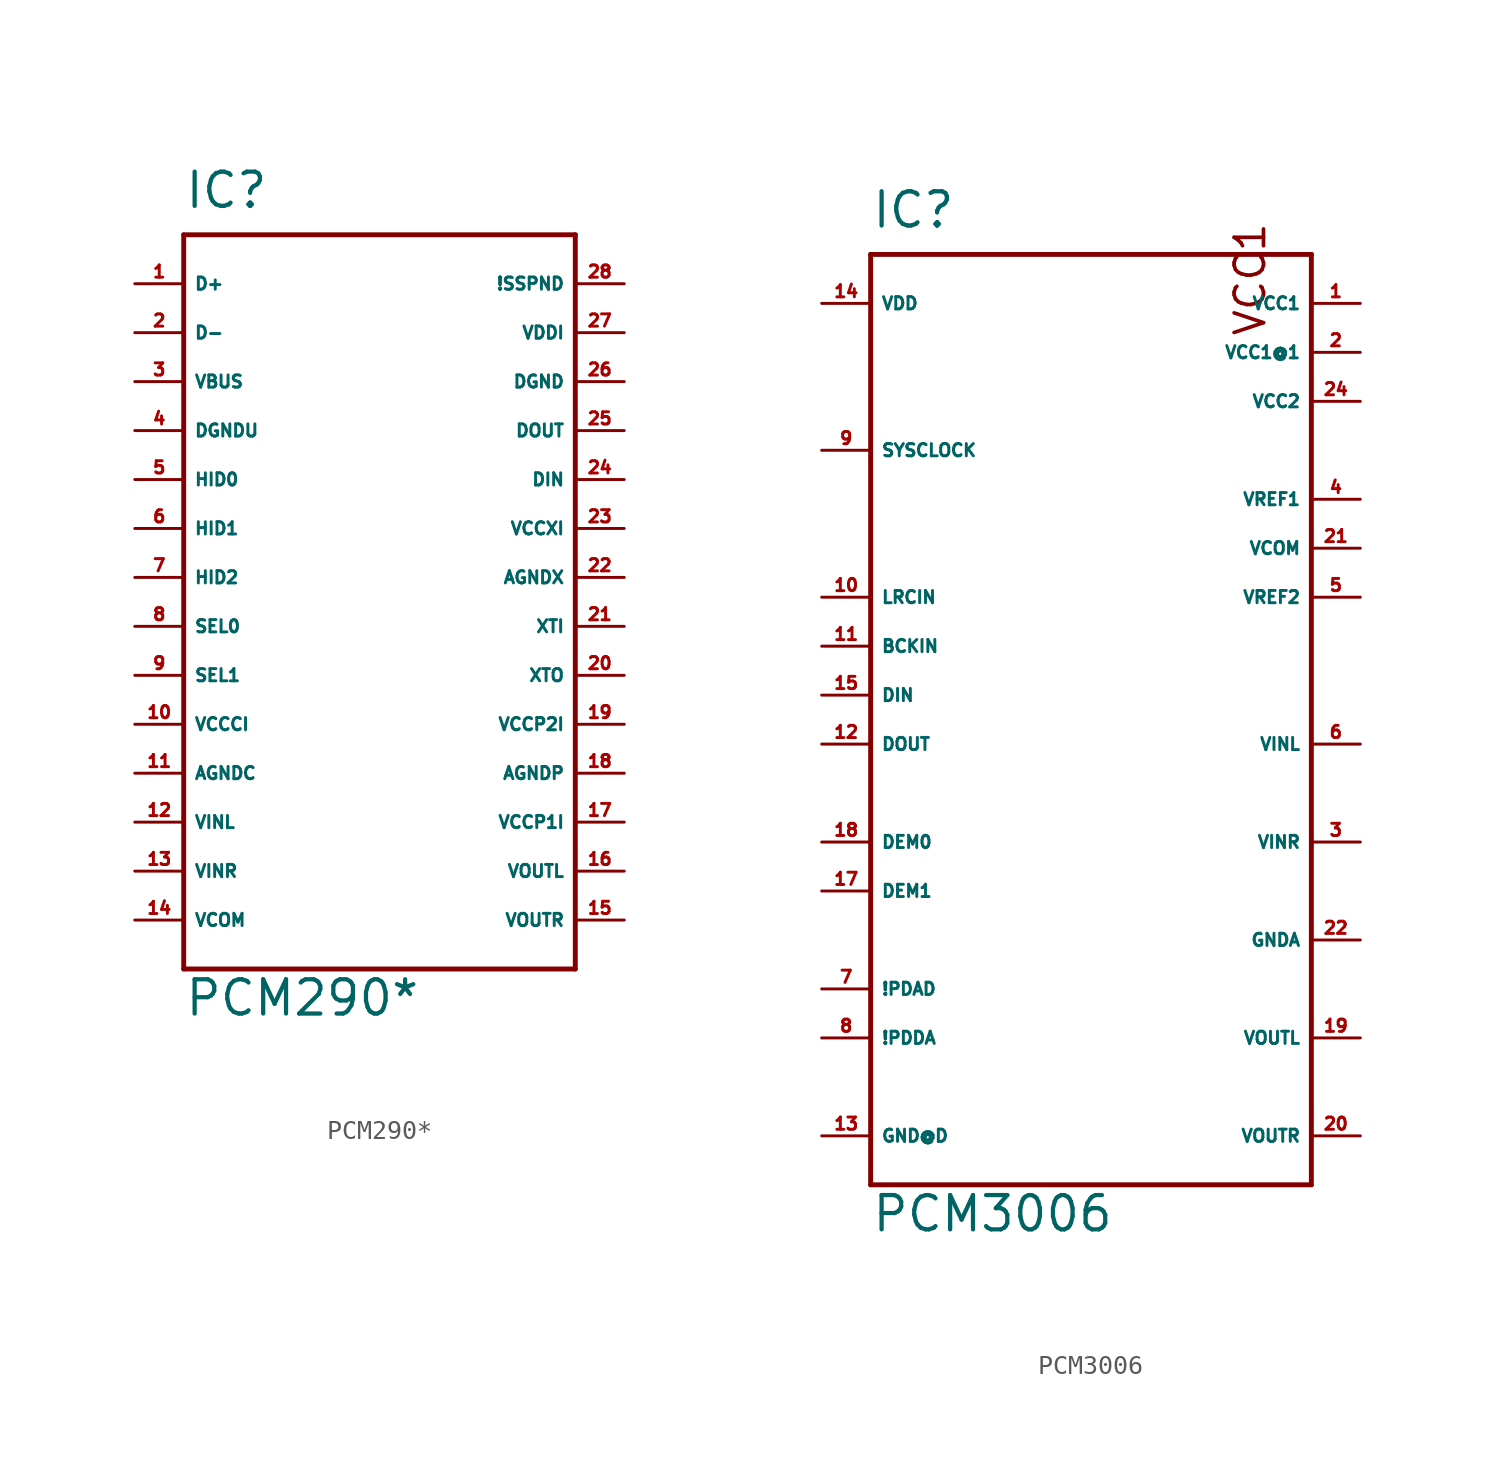
<source format=kicad_sym>
(kicad_symbol_lib
  (version 20220914)
  (generator Eagle2Kicad)
  (symbol "PCM290*"
    (property "Reference" "IC"
      (at -10.16 16.51 0)
      (effects (font (size 1.778 1.778) (thickness 0.22)) (justify left bottom)))
    (property "Value" "PCM290*"
      (at -10.16 -25.4 0)
      (effects (font (size 1.778 1.778) (thickness 0.22)) (justify left bottom)))
    (polyline
      (pts (xy -10.16 15.24) (xy 10.16 15.24))
      (stroke (width 0.254) (type default))
      (fill (type none)))
    (polyline
      (pts (xy 10.16 15.24) (xy 10.16 -22.86))
      (stroke (width 0.254) (type default))
      (fill (type none)))
    (polyline
      (pts (xy 10.16 -22.86) (xy -10.16 -22.86))
      (stroke (width 0.254) (type default))
      (fill (type none)))
    (polyline
      (pts (xy -10.16 -22.86) (xy -10.16 15.24))
      (stroke (width 0.254) (type default))
      (fill (type none)))
    (pin bidirectional line
      (at -12.7 12.7 0)
      (length 2.54)
      (name "D+" (effects (font (size 0.635 0.635) (thickness 0.08)) (justify left bottom)))
      (number "1" (effects (font (size 0.635 0.635) (thickness 0.08)) (justify left bottom))))
    (pin bidirectional line
      (at -12.7 10.16 0)
      (length 2.54)
      (name "D-" (effects (font (size 0.635 0.635) (thickness 0.08)) (justify left bottom)))
      (number "2" (effects (font (size 0.635 0.635) (thickness 0.08)) (justify left bottom))))
    (pin unspecified line
      (at -12.7 7.62 0)
      (length 2.54)
      (name "VBUS" (effects (font (size 0.635 0.635) (thickness 0.08)) (justify left bottom)))
      (number "3" (effects (font (size 0.635 0.635) (thickness 0.08)) (justify left bottom))))
    (pin unspecified line
      (at -12.7 5.08 0)
      (length 2.54)
      (name "DGNDU" (effects (font (size 0.635 0.635) (thickness 0.08)) (justify left bottom)))
      (number "4" (effects (font (size 0.635 0.635) (thickness 0.08)) (justify left bottom))))
    (pin input line
      (at -12.7 2.54 0)
      (length 2.54)
      (name "HID0" (effects (font (size 0.635 0.635) (thickness 0.08)) (justify left bottom)))
      (number "5" (effects (font (size 0.635 0.635) (thickness 0.08)) (justify left bottom))))
    (pin input line
      (at -12.7 0 0)
      (length 2.54)
      (name "HID1" (effects (font (size 0.635 0.635) (thickness 0.08)) (justify left bottom)))
      (number "6" (effects (font (size 0.635 0.635) (thickness 0.08)) (justify left bottom))))
    (pin input line
      (at -12.7 -2.54 0)
      (length 2.54)
      (name "HID2" (effects (font (size 0.635 0.635) (thickness 0.08)) (justify left bottom)))
      (number "7" (effects (font (size 0.635 0.635) (thickness 0.08)) (justify left bottom))))
    (pin input line
      (at -12.7 -5.08 0)
      (length 2.54)
      (name "SEL0" (effects (font (size 0.635 0.635) (thickness 0.08)) (justify left bottom)))
      (number "8" (effects (font (size 0.635 0.635) (thickness 0.08)) (justify left bottom))))
    (pin input line
      (at -12.7 -7.62 0)
      (length 2.54)
      (name "SEL1" (effects (font (size 0.635 0.635) (thickness 0.08)) (justify left bottom)))
      (number "9" (effects (font (size 0.635 0.635) (thickness 0.08)) (justify left bottom))))
    (pin unspecified line
      (at -12.7 -10.16 0)
      (length 2.54)
      (name "VCCCI" (effects (font (size 0.635 0.635) (thickness 0.08)) (justify left bottom)))
      (number "10" (effects (font (size 0.635 0.635) (thickness 0.08)) (justify left bottom))))
    (pin unspecified line
      (at -12.7 -12.7 0)
      (length 2.54)
      (name "AGNDC" (effects (font (size 0.635 0.635) (thickness 0.08)) (justify left bottom)))
      (number "11" (effects (font (size 0.635 0.635) (thickness 0.08)) (justify left bottom))))
    (pin input line
      (at -12.7 -15.24 0)
      (length 2.54)
      (name "VINL" (effects (font (size 0.635 0.635) (thickness 0.08)) (justify left bottom)))
      (number "12" (effects (font (size 0.635 0.635) (thickness 0.08)) (justify left bottom))))
    (pin input line
      (at -12.7 -17.78 0)
      (length 2.54)
      (name "VINR" (effects (font (size 0.635 0.635) (thickness 0.08)) (justify left bottom)))
      (number "13" (effects (font (size 0.635 0.635) (thickness 0.08)) (justify left bottom))))
    (pin unspecified line
      (at -12.7 -20.32 0)
      (length 2.54)
      (name "VCOM" (effects (font (size 0.635 0.635) (thickness 0.08)) (justify left bottom)))
      (number "14" (effects (font (size 0.635 0.635) (thickness 0.08)) (justify left bottom))))
    (pin output line
      (at 12.7 -20.32 180)
      (length 2.54)
      (name "VOUTR" (effects (font (size 0.635 0.635) (thickness 0.08)) (justify left bottom)))
      (number "15" (effects (font (size 0.635 0.635) (thickness 0.08)) (justify left bottom))))
    (pin output line
      (at 12.7 -17.78 180)
      (length 2.54)
      (name "VOUTL" (effects (font (size 0.635 0.635) (thickness 0.08)) (justify left bottom)))
      (number "16" (effects (font (size 0.635 0.635) (thickness 0.08)) (justify left bottom))))
    (pin input line
      (at 12.7 -15.24 180)
      (length 2.54)
      (name "VCCP1I" (effects (font (size 0.635 0.635) (thickness 0.08)) (justify left bottom)))
      (number "17" (effects (font (size 0.635 0.635) (thickness 0.08)) (justify left bottom))))
    (pin unspecified line
      (at 12.7 -12.7 180)
      (length 2.54)
      (name "AGNDP" (effects (font (size 0.635 0.635) (thickness 0.08)) (justify left bottom)))
      (number "18" (effects (font (size 0.635 0.635) (thickness 0.08)) (justify left bottom))))
    (pin unspecified line
      (at 12.7 -10.16 180)
      (length 2.54)
      (name "VCCP2I" (effects (font (size 0.635 0.635) (thickness 0.08)) (justify left bottom)))
      (number "19" (effects (font (size 0.635 0.635) (thickness 0.08)) (justify left bottom))))
    (pin output line
      (at 12.7 -7.62 180)
      (length 2.54)
      (name "XTO" (effects (font (size 0.635 0.635) (thickness 0.08)) (justify left bottom)))
      (number "20" (effects (font (size 0.635 0.635) (thickness 0.08)) (justify left bottom))))
    (pin input line
      (at 12.7 -5.08 180)
      (length 2.54)
      (name "XTI" (effects (font (size 0.635 0.635) (thickness 0.08)) (justify left bottom)))
      (number "21" (effects (font (size 0.635 0.635) (thickness 0.08)) (justify left bottom))))
    (pin unspecified line
      (at 12.7 -2.54 180)
      (length 2.54)
      (name "AGNDX" (effects (font (size 0.635 0.635) (thickness 0.08)) (justify left bottom)))
      (number "22" (effects (font (size 0.635 0.635) (thickness 0.08)) (justify left bottom))))
    (pin unspecified line
      (at 12.7 0 180)
      (length 2.54)
      (name "VCCXI" (effects (font (size 0.635 0.635) (thickness 0.08)) (justify left bottom)))
      (number "23" (effects (font (size 0.635 0.635) (thickness 0.08)) (justify left bottom))))
    (pin input line
      (at 12.7 2.54 180)
      (length 2.54)
      (name "DIN" (effects (font (size 0.635 0.635) (thickness 0.08)) (justify left bottom)))
      (number "24" (effects (font (size 0.635 0.635) (thickness 0.08)) (justify left bottom))))
    (pin output line
      (at 12.7 5.08 180)
      (length 2.54)
      (name "DOUT" (effects (font (size 0.635 0.635) (thickness 0.08)) (justify left bottom)))
      (number "25" (effects (font (size 0.635 0.635) (thickness 0.08)) (justify left bottom))))
    (pin unspecified line
      (at 12.7 7.62 180)
      (length 2.54)
      (name "DGND" (effects (font (size 0.635 0.635) (thickness 0.08)) (justify left bottom)))
      (number "26" (effects (font (size 0.635 0.635) (thickness 0.08)) (justify left bottom))))
    (pin unspecified line
      (at 12.7 10.16 180)
      (length 2.54)
      (name "VDDI" (effects (font (size 0.635 0.635) (thickness 0.08)) (justify left bottom)))
      (number "27" (effects (font (size 0.635 0.635) (thickness 0.08)) (justify left bottom))))
    (pin output line
      (at 12.7 12.7 180)
      (length 2.54)
      (name "!SSPND" (effects (font (size 0.635 0.635) (thickness 0.08)) (justify left bottom)))
      (number "28" (effects (font (size 0.635 0.635) (thickness 0.08)) (justify left bottom)))))
  (symbol "PCM3006"
    (property "Reference" "IC"
      (at -10.16 26.67 0)
      (effects (font (size 1.778 1.778) (thickness 0.22)) (justify left bottom)))
    (property "Value" "PCM3006"
      (at -10.16 -25.4 0)
      (effects (font (size 1.778 1.778) (thickness 0.22)) (justify left bottom)))
    (polyline
      (pts (xy -10.16 25.4) (xy 12.7 25.4))
      (stroke (width 0.254) (type default))
      (fill (type none)))
    (polyline
      (pts (xy 12.7 25.4) (xy 12.7 -22.86))
      (stroke (width 0.254) (type default))
      (fill (type none)))
    (polyline
      (pts (xy 12.7 -22.86) (xy -10.16 -22.86))
      (stroke (width 0.254) (type default))
      (fill (type none)))
    (polyline
      (pts (xy -10.16 -22.86) (xy -10.16 25.4))
      (stroke (width 0.254) (type default))
      (fill (type none)))
    (text "VCC1"
      (at 10.414 21.082 1800)
      (effects (font (size 1.524 1.524) (thickness 0.19)) (justify left bottom)))
    (pin input line
      (at 15.24 0 180)
      (length 2.54)
      (name "VINL" (effects (font (size 0.635 0.635) (thickness 0.08)) (justify left bottom)))
      (number "6" (effects (font (size 0.635 0.635) (thickness 0.08)) (justify left bottom))))
    (pin input line
      (at 15.24 -5.08 180)
      (length 2.54)
      (name "VINR" (effects (font (size 0.635 0.635) (thickness 0.08)) (justify left bottom)))
      (number "3" (effects (font (size 0.635 0.635) (thickness 0.08)) (justify left bottom))))
    (pin output line
      (at 15.24 -15.24 180)
      (length 2.54)
      (name "VOUTL" (effects (font (size 0.635 0.635) (thickness 0.08)) (justify left bottom)))
      (number "19" (effects (font (size 0.635 0.635) (thickness 0.08)) (justify left bottom))))
    (pin output line
      (at 15.24 -20.32 180)
      (length 2.54)
      (name "VOUTR" (effects (font (size 0.635 0.635) (thickness 0.08)) (justify left bottom)))
      (number "20" (effects (font (size 0.635 0.635) (thickness 0.08)) (justify left bottom))))
    (pin passive line
      (at 15.24 12.7 180)
      (length 2.54)
      (name "VREF1" (effects (font (size 0.635 0.635) (thickness 0.08)) (justify left bottom)))
      (number "4" (effects (font (size 0.635 0.635) (thickness 0.08)) (justify left bottom))))
    (pin passive line
      (at 15.24 7.62 180)
      (length 2.54)
      (name "VREF2" (effects (font (size 0.635 0.635) (thickness 0.08)) (justify left bottom)))
      (number "5" (effects (font (size 0.635 0.635) (thickness 0.08)) (justify left bottom))))
    (pin unspecified line
      (at 15.24 10.16 180)
      (length 2.54)
      (name "VCOM" (effects (font (size 0.635 0.635) (thickness 0.08)) (justify left bottom)))
      (number "21" (effects (font (size 0.635 0.635) (thickness 0.08)) (justify left bottom))))
    (pin input line
      (at -12.7 7.62 0)
      (length 2.54)
      (name "LRCIN" (effects (font (size 0.635 0.635) (thickness 0.08)) (justify left bottom)))
      (number "10" (effects (font (size 0.635 0.635) (thickness 0.08)) (justify left bottom))))
    (pin input line
      (at -12.7 5.08 0)
      (length 2.54)
      (name "BCKIN" (effects (font (size 0.635 0.635) (thickness 0.08)) (justify left bottom)))
      (number "11" (effects (font (size 0.635 0.635) (thickness 0.08)) (justify left bottom))))
    (pin input line
      (at -12.7 2.54 0)
      (length 2.54)
      (name "DIN" (effects (font (size 0.635 0.635) (thickness 0.08)) (justify left bottom)))
      (number "15" (effects (font (size 0.635 0.635) (thickness 0.08)) (justify left bottom))))
    (pin input line
      (at -12.7 0 0)
      (length 2.54)
      (name "DOUT" (effects (font (size 0.635 0.635) (thickness 0.08)) (justify left bottom)))
      (number "12" (effects (font (size 0.635 0.635) (thickness 0.08)) (justify left bottom))))
    (pin input line
      (at -12.7 -5.08 0)
      (length 2.54)
      (name "DEM0" (effects (font (size 0.635 0.635) (thickness 0.08)) (justify left bottom)))
      (number "18" (effects (font (size 0.635 0.635) (thickness 0.08)) (justify left bottom))))
    (pin input line
      (at -12.7 -7.62 0)
      (length 2.54)
      (name "DEM1" (effects (font (size 0.635 0.635) (thickness 0.08)) (justify left bottom)))
      (number "17" (effects (font (size 0.635 0.635) (thickness 0.08)) (justify left bottom))))
    (pin input line
      (at -12.7 -12.7 0)
      (length 2.54)
      (name "!PDAD" (effects (font (size 0.635 0.635) (thickness 0.08)) (justify left bottom)))
      (number "7" (effects (font (size 0.635 0.635) (thickness 0.08)) (justify left bottom))))
    (pin input line
      (at -12.7 -15.24 0)
      (length 2.54)
      (name "!PDDA" (effects (font (size 0.635 0.635) (thickness 0.08)) (justify left bottom)))
      (number "8" (effects (font (size 0.635 0.635) (thickness 0.08)) (justify left bottom))))
    (pin input line
      (at -12.7 15.24 0)
      (length 2.54)
      (name "SYSCLOCK" (effects (font (size 0.635 0.635) (thickness 0.08)) (justify left bottom)))
      (number "9" (effects (font (size 0.635 0.635) (thickness 0.08)) (justify left bottom))))
    (pin unspecified line
      (at -12.7 22.86 0)
      (length 2.54)
      (name "VDD" (effects (font (size 0.635 0.635) (thickness 0.08)) (justify left bottom)))
      (number "14" (effects (font (size 0.635 0.635) (thickness 0.08)) (justify left bottom))))
    (pin unspecified line
      (at -12.7 -20.32 0)
      (length 2.54)
      (name "GND@D" (effects (font (size 0.635 0.635) (thickness 0.08)) (justify left bottom)))
      (number "13" (effects (font (size 0.635 0.635) (thickness 0.08)) (justify left bottom))))
    (pin unspecified line
      (at 15.24 -10.16 180)
      (length 2.54)
      (name "GNDA" (effects (font (size 0.635 0.635) (thickness 0.08)) (justify left bottom)))
      (number "22" (effects (font (size 0.635 0.635) (thickness 0.08)) (justify left bottom))))
    (pin unspecified line
      (at 15.24 22.86 180)
      (length 2.54)
      (name "VCC1" (effects (font (size 0.635 0.635) (thickness 0.08)) (justify left bottom)))
      (number "1" (effects (font (size 0.635 0.635) (thickness 0.08)) (justify left bottom))))
    (pin unspecified line
      (at 15.24 17.78 180)
      (length 2.54)
      (name "VCC2" (effects (font (size 0.635 0.635) (thickness 0.08)) (justify left bottom)))
      (number "24" (effects (font (size 0.635 0.635) (thickness 0.08)) (justify left bottom))))
    (pin unspecified line
      (at 15.24 20.32 180)
      (length 2.54)
      (name "VCC1@1" (effects (font (size 0.635 0.635) (thickness 0.08)) (justify left bottom)))
      (number "2" (effects (font (size 0.635 0.635) (thickness 0.08)) (justify left bottom))))))
</source>
